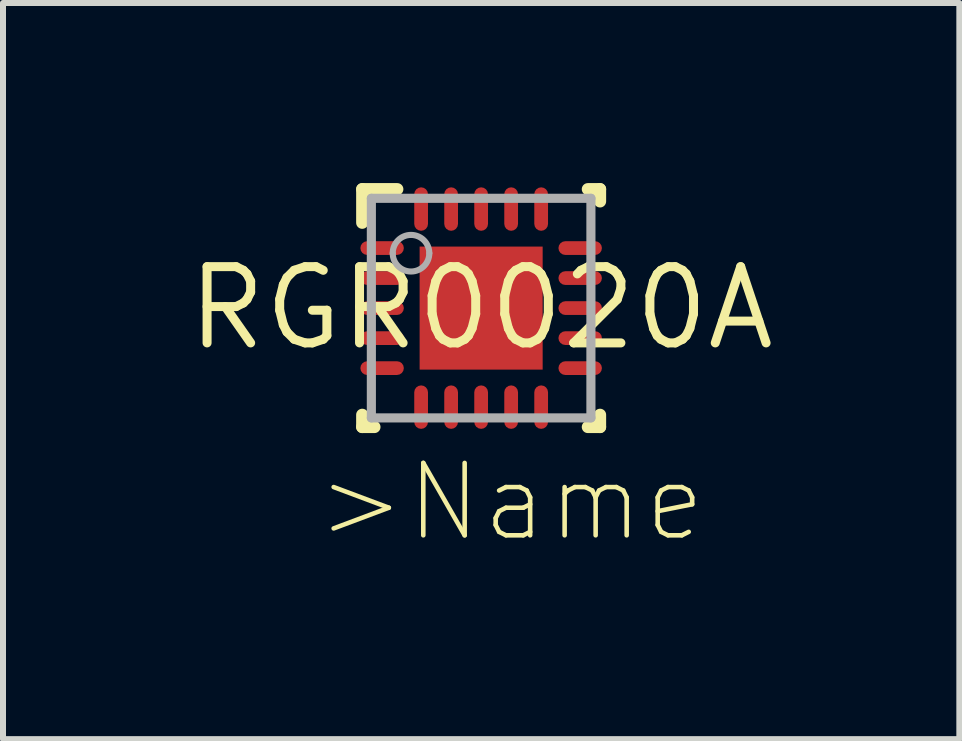
<source format=kicad_pcb>
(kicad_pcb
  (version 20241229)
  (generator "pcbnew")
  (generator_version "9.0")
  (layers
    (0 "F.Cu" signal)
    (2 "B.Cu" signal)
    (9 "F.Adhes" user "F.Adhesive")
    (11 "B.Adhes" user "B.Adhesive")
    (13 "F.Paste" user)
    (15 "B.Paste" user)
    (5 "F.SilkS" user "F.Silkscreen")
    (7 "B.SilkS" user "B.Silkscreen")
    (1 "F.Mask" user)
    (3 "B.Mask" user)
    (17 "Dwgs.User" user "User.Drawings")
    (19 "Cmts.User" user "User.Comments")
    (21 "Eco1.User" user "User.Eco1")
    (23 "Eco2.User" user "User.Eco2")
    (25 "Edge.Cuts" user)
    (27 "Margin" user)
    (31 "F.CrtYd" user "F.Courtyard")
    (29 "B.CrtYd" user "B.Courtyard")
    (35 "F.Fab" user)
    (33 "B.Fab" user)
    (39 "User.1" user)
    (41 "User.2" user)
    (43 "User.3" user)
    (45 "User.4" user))
  (footprint "RGR0020A"
    (layer "F.Cu")
    (at 4.966 2.083)
    (property "Reference" "RGR0020A" (at 0 0 0) (layer "F.SilkS") (effects (font (size 1.27 1.27) (thickness 0.15))))
    (attr through_hole)
    (fp_line (start -1.981 -1.981) (end -1.397 -1.981) (stroke (width 0.203) (type solid)) (layer "F.SilkS"))
    (fp_line (start -1.981 -1.422) (end -1.981 -1.981) (stroke (width 0.203) (type solid)) (layer "F.SilkS"))
    (fp_line (start -1.981 1.981) (end -1.981 1.778) (stroke (width 0.203) (type solid)) (layer "F.SilkS"))
    (fp_line (start -1.981 1.981) (end -1.778 1.981) (stroke (width 0.203) (type solid)) (layer "F.SilkS"))
    (fp_line (start 1.778 -1.981) (end 1.981 -1.981) (stroke (width 0.203) (type solid)) (layer "F.SilkS"))
    (fp_line (start 1.778 1.981) (end 1.981 1.981) (stroke (width 0.203) (type solid)) (layer "F.SilkS"))
    (fp_line (start 1.981 -1.778) (end 1.981 -1.981) (stroke (width 0.203) (type solid)) (layer "F.SilkS"))
    (fp_line (start 1.981 1.981) (end 1.981 1.778) (stroke (width 0.203) (type solid)) (layer "F.SilkS"))
    (fp_poly (pts (xy -0.1 -1.017) (xy -1.017 -1.017) (xy -1.017 -0.1) (xy -0.1 -0.1)) (stroke (width 0) (type solid)) (fill yes) (layer "F.Paste"))
    (fp_poly (pts (xy -0.1 0.1) (xy -1.017 0.1) (xy -1.017 1.017) (xy -0.1 1.017)) (stroke (width 0) (type solid)) (fill yes) (layer "F.Paste"))
    (fp_poly (pts (xy 0.1 -0.1) (xy 1.017 -0.1) (xy 1.017 -1.017) (xy 0.1 -1.017)) (stroke (width 0) (type solid)) (fill yes) (layer "F.Paste"))
    (fp_poly (pts (xy 0.1 1.017) (xy 1.017 1.017) (xy 1.017 0.1) (xy 0.1 0.1)) (stroke (width 0) (type solid)) (fill yes) (layer "F.Paste"))
    (fp_line (start -1.829 -1.829) (end 1.829 -1.829) (stroke (width 0.152) (type solid)) (layer "F.Fab"))
    (fp_line (start -1.829 1.829) (end -1.829 -1.829) (stroke (width 0.152) (type solid)) (layer "F.Fab"))
    (fp_line (start -1.829 1.829) (end 1.829 1.829) (stroke (width 0.152) (type solid)) (layer "F.Fab"))
    (fp_line (start 1.829 1.829) (end 1.829 -1.829) (stroke (width 0.152) (type solid)) (layer "F.Fab"))
    (fp_arc (start -1.4732 -0.9144) (mid -1.1684 -1.2192) (end -0.8636 -0.9144) (stroke (width 0.1016) (type solid)) (layer "F.Fab"))
    (fp_arc (start -0.8636 -0.9144) (mid -1.1684 -0.6096) (end -1.4732 -0.9144) (stroke (width 0.1016) (type solid)) (layer "F.Fab"))
    (fp_text user ">Name" (at -2.794 3.937 0) (layer "F.SilkS") (effects (font (size 1.206 1.206) (thickness 0.076)) (justify left bottom)))
    (pad "1" smd roundrect (at -1.65 -1 180) (size 0.724 0.229) (layers "F.Cu" "F.Mask" "F.Paste") (roundrect_rratio 0.5))
    (pad "2" smd roundrect (at -1.65 -0.5 180) (size 0.724 0.229) (layers "F.Cu" "F.Mask" "F.Paste") (roundrect_rratio 0.5))
    (pad "3" smd roundrect (at -1.65 0 180) (size 0.724 0.229) (layers "F.Cu" "F.Mask" "F.Paste") (roundrect_rratio 0.5))
    (pad "4" smd roundrect (at -1.65 0.5 180) (size 0.724 0.229) (layers "F.Cu" "F.Mask" "F.Paste") (roundrect_rratio 0.5))
    (pad "5" smd roundrect (at -1.65 1 180) (size 0.724 0.229) (layers "F.Cu" "F.Mask" "F.Paste") (roundrect_rratio 0.5))
    (pad "6" smd roundrect (at -1 1.65 90) (size 0.724 0.229) (layers "F.Cu" "F.Mask" "F.Paste") (roundrect_rratio 0.5))
    (pad "7" smd roundrect (at -0.5 1.65 90) (size 0.724 0.229) (layers "F.Cu" "F.Mask" "F.Paste") (roundrect_rratio 0.5))
    (pad "8" smd roundrect (at 0 1.65 90) (size 0.724 0.229) (layers "F.Cu" "F.Mask" "F.Paste") (roundrect_rratio 0.5))
    (pad "9" smd roundrect (at 0.5 1.65 90) (size 0.724 0.229) (layers "F.Cu" "F.Mask" "F.Paste") (roundrect_rratio 0.5))
    (pad "10" smd roundrect (at 1 1.65 90) (size 0.724 0.229) (layers "F.Cu" "F.Mask" "F.Paste") (roundrect_rratio 0.5))
    (pad "11" smd roundrect (at 1.65 1 180) (size 0.724 0.229) (layers "F.Cu" "F.Mask" "F.Paste") (roundrect_rratio 0.5))
    (pad "12" smd roundrect (at 1.65 0.5 180) (size 0.724 0.229) (layers "F.Cu" "F.Mask" "F.Paste") (roundrect_rratio 0.5))
    (pad "13" smd roundrect (at 1.65 0 180) (size 0.724 0.229) (layers "F.Cu" "F.Mask" "F.Paste") (roundrect_rratio 0.5))
    (pad "14" smd roundrect (at 1.65 -0.5 180) (size 0.724 0.229) (layers "F.Cu" "F.Mask" "F.Paste") (roundrect_rratio 0.5))
    (pad "15" smd roundrect (at 1.65 -1 180) (size 0.724 0.229) (layers "F.Cu" "F.Mask" "F.Paste") (roundrect_rratio 0.5))
    (pad "16" smd roundrect (at 1 -1.65 90) (size 0.724 0.229) (layers "F.Cu" "F.Mask" "F.Paste") (roundrect_rratio 0.5))
    (pad "17" smd roundrect (at 0.5 -1.65 90) (size 0.724 0.229) (layers "F.Cu" "F.Mask" "F.Paste") (roundrect_rratio 0.5))
    (pad "18" smd roundrect (at 0 -1.65 90) (size 0.724 0.229) (layers "F.Cu" "F.Mask" "F.Paste") (roundrect_rratio 0.5))
    (pad "19" smd roundrect (at -0.5 -1.65 90) (size 0.724 0.229) (layers "F.Cu" "F.Mask" "F.Paste") (roundrect_rratio 0.5))
    (pad "20" smd roundrect (at -1 -1.65 90) (size 0.724 0.229) (layers "F.Cu" "F.Mask" "F.Paste") (roundrect_rratio 0.5))
    (pad "21" smd rect (at 0 0) (size 2.05 2.05) (layers "F.Cu" "F.Mask" "F.Paste"))
    (pad "V" smd roundrect (at 0 0.14) (size 0.5 0.5) (layers "F.Cu" "F.Mask" "F.Paste") (roundrect_rratio 0.5)))
  (gr_rect
    (start -3 -3)
    (end 12.933 9.264)
    (stroke (width 0.1) (type default))
    (fill no)
    (layer "Edge.Cuts")))
</source>
